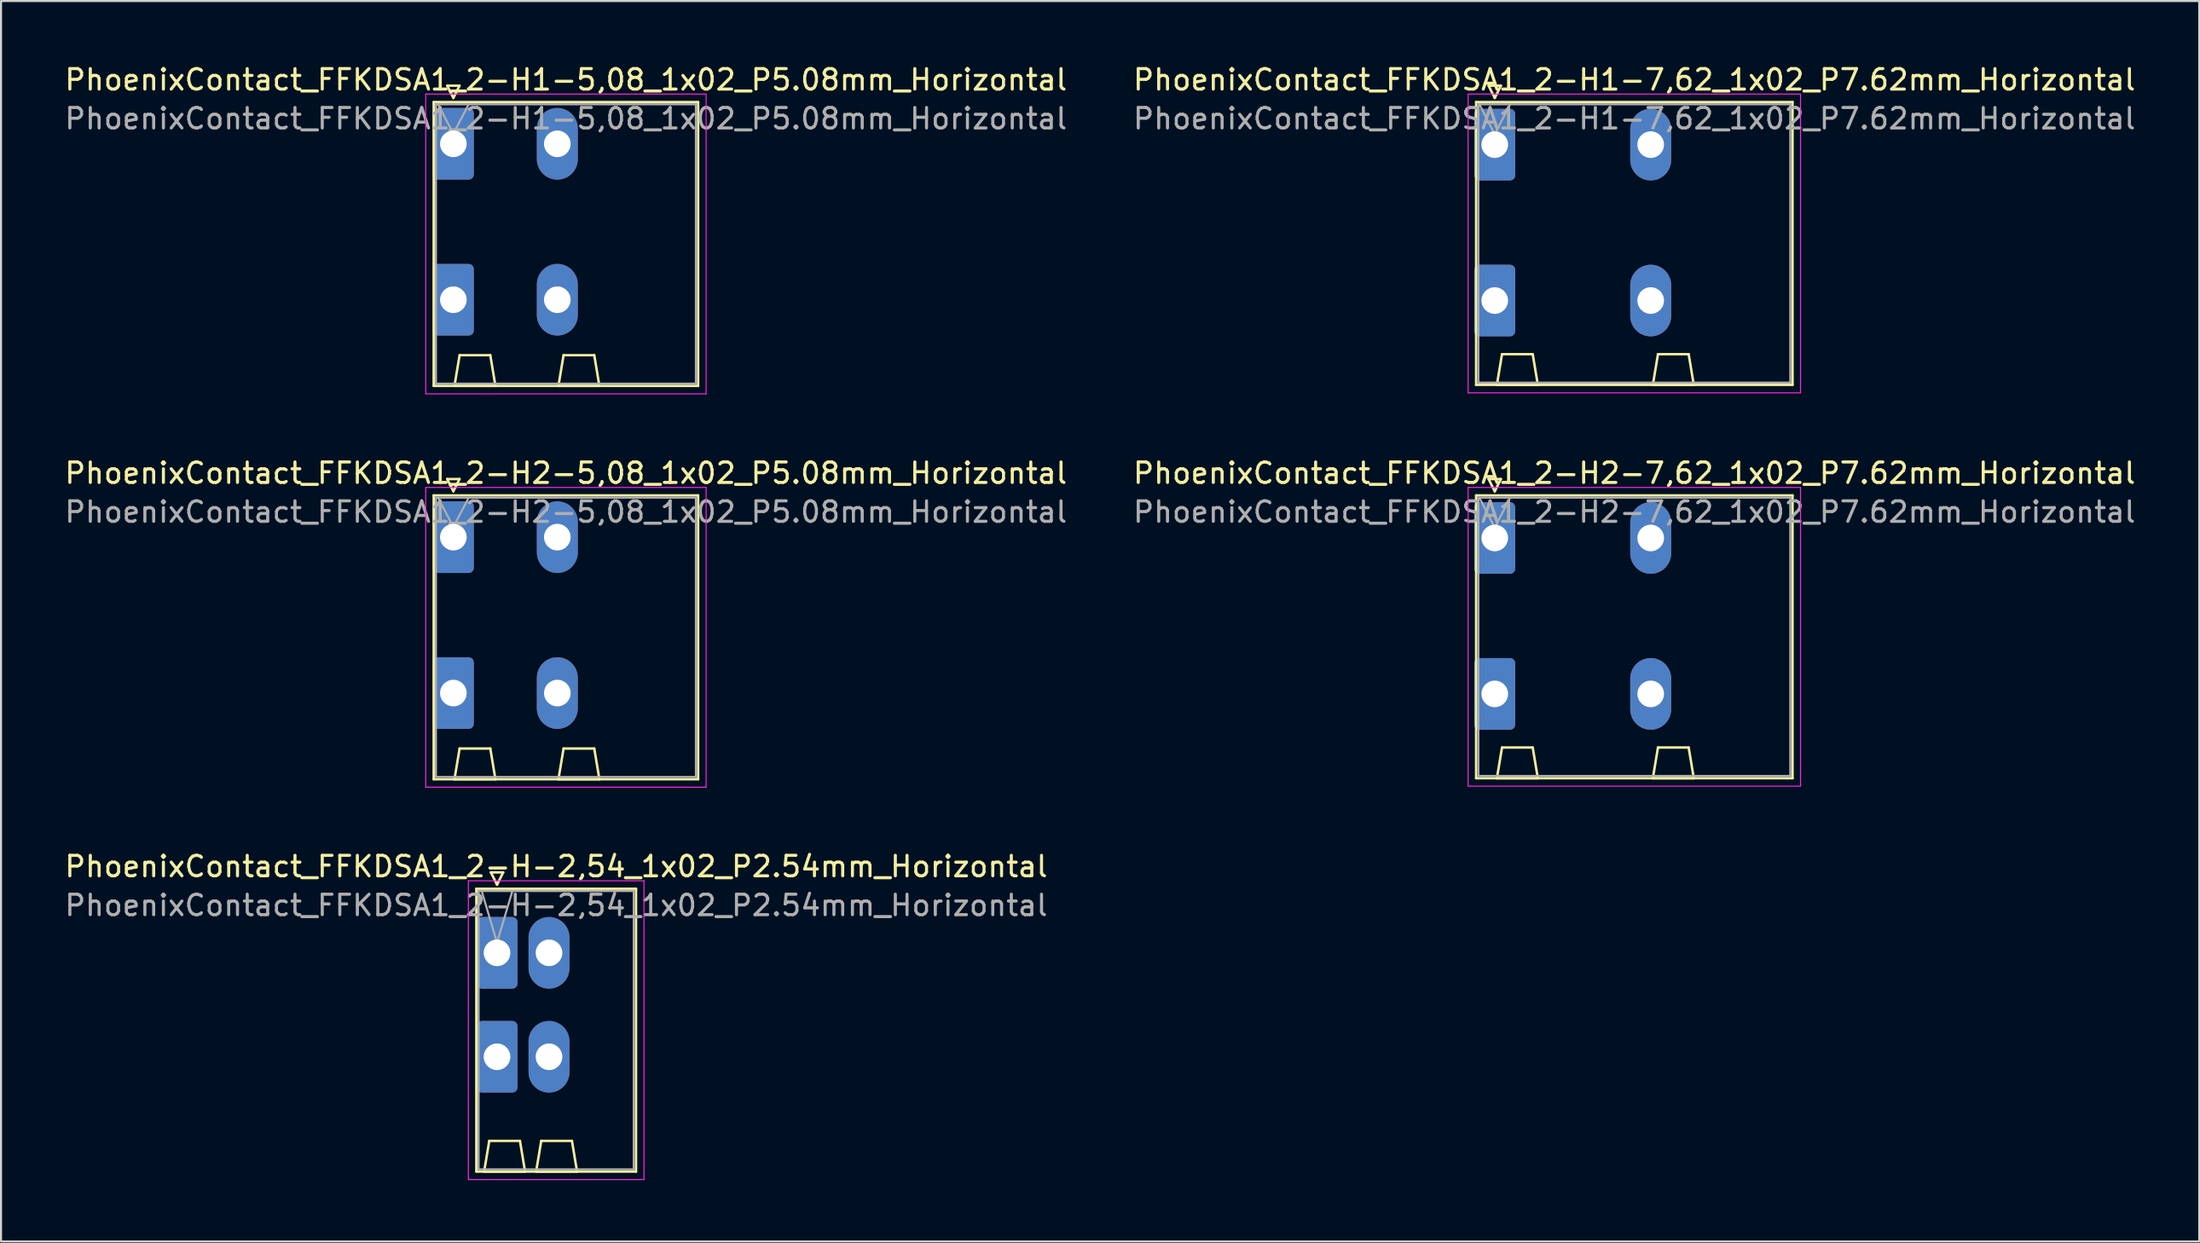
<source format=kicad_pcb>
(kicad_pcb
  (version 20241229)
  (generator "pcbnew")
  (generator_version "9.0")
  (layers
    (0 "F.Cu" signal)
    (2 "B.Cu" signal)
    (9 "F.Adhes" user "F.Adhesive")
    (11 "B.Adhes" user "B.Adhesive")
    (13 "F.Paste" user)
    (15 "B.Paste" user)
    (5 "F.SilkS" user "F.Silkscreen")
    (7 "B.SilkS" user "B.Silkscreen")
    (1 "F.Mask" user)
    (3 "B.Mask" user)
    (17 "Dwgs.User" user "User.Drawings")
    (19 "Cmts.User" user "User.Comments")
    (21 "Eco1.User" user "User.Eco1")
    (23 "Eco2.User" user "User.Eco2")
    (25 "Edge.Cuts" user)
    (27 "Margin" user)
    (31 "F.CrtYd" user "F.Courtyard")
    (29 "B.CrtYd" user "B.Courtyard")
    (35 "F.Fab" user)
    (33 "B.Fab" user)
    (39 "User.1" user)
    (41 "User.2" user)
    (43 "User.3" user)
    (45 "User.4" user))
  (footprint "PhoenixContact_FFKDSA1_2-H2-5,08_1x02_P5.08mm_Horizontal"
    (layer "F.Cu")
    (at 19.101 23.201)
    (property "Reference" "PhoenixContact_FFKDSA1_2-H2-5,08_1x02_P5.08mm_Horizontal" (at 5.5 -3.13 0) (layer "F.SilkS") (effects (font (size 1 1) (thickness 0.15))))
    (attr through_hole)
    (fp_line (start -0.96 -2.04) (end -0.96 11.83) (stroke (width 0.12) (type solid)) (layer "F.SilkS"))
    (fp_line (start -0.96 11.83) (end 11.96 11.83) (stroke (width 0.12) (type solid)) (layer "F.SilkS"))
    (fp_line (start -0.3 -2.84) (end 0.3 -2.84) (stroke (width 0.12) (type solid)) (layer "F.SilkS"))
    (fp_line (start 0 -2.24) (end -0.3 -2.84) (stroke (width 0.12) (type solid)) (layer "F.SilkS"))
    (fp_line (start 0.055 11.83) (end 2.055 11.83) (stroke (width 0.12) (type solid)) (layer "F.SilkS"))
    (fp_line (start 0.3 -2.84) (end 0 -2.24) (stroke (width 0.12) (type solid)) (layer "F.SilkS"))
    (fp_line (start 0.305 10.33) (end 0.055 11.83) (stroke (width 0.12) (type solid)) (layer "F.SilkS"))
    (fp_line (start 1.805 10.33) (end 0.305 10.33) (stroke (width 0.12) (type solid)) (layer "F.SilkS"))
    (fp_line (start 2.055 11.83) (end 1.805 10.33) (stroke (width 0.12) (type solid)) (layer "F.SilkS"))
    (fp_line (start 5.135 11.83) (end 7.135 11.83) (stroke (width 0.12) (type solid)) (layer "F.SilkS"))
    (fp_line (start 5.385 10.33) (end 5.135 11.83) (stroke (width 0.12) (type solid)) (layer "F.SilkS"))
    (fp_line (start 6.885 10.33) (end 5.385 10.33) (stroke (width 0.12) (type solid)) (layer "F.SilkS"))
    (fp_line (start 7.135 11.83) (end 6.885 10.33) (stroke (width 0.12) (type solid)) (layer "F.SilkS"))
    (fp_line (start 11.96 -2.04) (end -0.96 -2.04) (stroke (width 0.12) (type solid)) (layer "F.SilkS"))
    (fp_line (start 11.96 11.83) (end 11.96 -2.04) (stroke (width 0.12) (type solid)) (layer "F.SilkS"))
    (fp_line (start -1.35 -2.43) (end -1.35 12.22) (stroke (width 0.05) (type solid)) (layer "F.CrtYd"))
    (fp_line (start -1.35 12.22) (end 12.35 12.22) (stroke (width 0.05) (type solid)) (layer "F.CrtYd"))
    (fp_line (start 12.35 -2.43) (end -1.35 -2.43) (stroke (width 0.05) (type solid)) (layer "F.CrtYd"))
    (fp_line (start 12.35 12.22) (end 12.35 -2.43) (stroke (width 0.05) (type solid)) (layer "F.CrtYd"))
    (fp_line (start -0.85 -1.93) (end -0.85 11.72) (stroke (width 0.1) (type solid)) (layer "F.Fab"))
    (fp_line (start -0.85 11.72) (end 11.85 11.72) (stroke (width 0.1) (type solid)) (layer "F.Fab"))
    (fp_line (start 0 -0.5) (end -0.75 -1.93) (stroke (width 0.1) (type solid)) (layer "F.Fab"))
    (fp_line (start 0.75 -1.93) (end 0 -0.5) (stroke (width 0.1) (type solid)) (layer "F.Fab"))
    (fp_line (start 11.85 -1.93) (end -0.85 -1.93) (stroke (width 0.1) (type solid)) (layer "F.Fab"))
    (fp_line (start 11.85 11.72) (end 11.85 -1.93) (stroke (width 0.1) (type solid)) (layer "F.Fab"))
    (fp_text user "${REFERENCE}" (at 5.5 -1.23 0) (layer "F.Fab") (effects (font (size 1 1) (thickness 0.15))))
    (pad "1" thru_hole roundrect (at 0 0) (size 2 3.5) (drill 1.3) (layers "*.Cu" "*.Mask") (roundrect_rratio 0.125))
    (pad "1" thru_hole roundrect (at 0 7.62) (size 2 3.5) (drill 1.3) (layers "*.Cu" "*.Mask") (roundrect_rratio 0.125))
    (pad "2" thru_hole oval (at 5.08 0) (size 2 3.5) (drill 1.3) (layers "*.Cu" "*.Mask"))
    (pad "2" thru_hole oval (at 5.08 7.62) (size 2 3.5) (drill 1.3) (layers "*.Cu" "*.Mask")))
  (footprint "PhoenixContact_FFKDSA1_2-H1-7,62_1x02_P7.62mm_Horizontal"
    (layer "F.Cu")
    (at 69.984 4.018)
    (property "Reference" "PhoenixContact_FFKDSA1_2-H1-7,62_1x02_P7.62mm_Horizontal" (at 6.82 -3.17 0) (layer "F.SilkS") (effects (font (size 1 1) (thickness 0.15))))
    (attr through_hole)
    (fp_line (start -0.91 -2.08) (end -0.91 11.74) (stroke (width 0.12) (type solid)) (layer "F.SilkS"))
    (fp_line (start -0.91 11.74) (end 14.55 11.74) (stroke (width 0.12) (type solid)) (layer "F.SilkS"))
    (fp_line (start -0.3 -2.88) (end 0.3 -2.88) (stroke (width 0.12) (type solid)) (layer "F.SilkS"))
    (fp_line (start 0 -2.28) (end -0.3 -2.88) (stroke (width 0.12) (type solid)) (layer "F.SilkS"))
    (fp_line (start 0.105 11.74) (end 2.105 11.74) (stroke (width 0.12) (type solid)) (layer "F.SilkS"))
    (fp_line (start 0.3 -2.88) (end 0 -2.28) (stroke (width 0.12) (type solid)) (layer "F.SilkS"))
    (fp_line (start 0.355 10.24) (end 0.105 11.74) (stroke (width 0.12) (type solid)) (layer "F.SilkS"))
    (fp_line (start 1.855 10.24) (end 0.355 10.24) (stroke (width 0.12) (type solid)) (layer "F.SilkS"))
    (fp_line (start 2.105 11.74) (end 1.855 10.24) (stroke (width 0.12) (type solid)) (layer "F.SilkS"))
    (fp_line (start 7.725 11.74) (end 9.725 11.74) (stroke (width 0.12) (type solid)) (layer "F.SilkS"))
    (fp_line (start 7.975 10.24) (end 7.725 11.74) (stroke (width 0.12) (type solid)) (layer "F.SilkS"))
    (fp_line (start 9.475 10.24) (end 7.975 10.24) (stroke (width 0.12) (type solid)) (layer "F.SilkS"))
    (fp_line (start 9.725 11.74) (end 9.475 10.24) (stroke (width 0.12) (type solid)) (layer "F.SilkS"))
    (fp_line (start 14.55 -2.08) (end -0.91 -2.08) (stroke (width 0.12) (type solid)) (layer "F.SilkS"))
    (fp_line (start 14.55 11.74) (end 14.55 -2.08) (stroke (width 0.12) (type solid)) (layer "F.SilkS"))
    (fp_line (start -1.3 -2.47) (end -1.3 12.13) (stroke (width 0.05) (type solid)) (layer "F.CrtYd"))
    (fp_line (start -1.3 12.13) (end 14.94 12.13) (stroke (width 0.05) (type solid)) (layer "F.CrtYd"))
    (fp_line (start 14.94 -2.47) (end -1.3 -2.47) (stroke (width 0.05) (type solid)) (layer "F.CrtYd"))
    (fp_line (start 14.94 12.13) (end 14.94 -2.47) (stroke (width 0.05) (type solid)) (layer "F.CrtYd"))
    (fp_line (start -0.8 -1.97) (end -0.8 11.63) (stroke (width 0.1) (type solid)) (layer "F.Fab"))
    (fp_line (start -0.8 11.63) (end 14.44 11.63) (stroke (width 0.1) (type solid)) (layer "F.Fab"))
    (fp_line (start 0 -0.5) (end -0.75 -1.97) (stroke (width 0.1) (type solid)) (layer "F.Fab"))
    (fp_line (start 0.75 -1.97) (end 0 -0.5) (stroke (width 0.1) (type solid)) (layer "F.Fab"))
    (fp_line (start 14.44 -1.97) (end -0.8 -1.97) (stroke (width 0.1) (type solid)) (layer "F.Fab"))
    (fp_line (start 14.44 11.63) (end 14.44 -1.97) (stroke (width 0.1) (type solid)) (layer "F.Fab"))
    (fp_text user "${REFERENCE}" (at 6.82 -1.27 0) (layer "F.Fab") (effects (font (size 1 1) (thickness 0.15))))
    (pad "1" thru_hole roundrect (at 0 0) (size 2 3.5) (drill 1.3) (layers "*.Cu" "*.Mask") (roundrect_rratio 0.125))
    (pad "1" thru_hole roundrect (at 0 7.62) (size 2 3.5) (drill 1.3) (layers "*.Cu" "*.Mask") (roundrect_rratio 0.125))
    (pad "2" thru_hole oval (at 7.62 0) (size 2 3.5) (drill 1.3) (layers "*.Cu" "*.Mask"))
    (pad "2" thru_hole oval (at 7.62 7.62) (size 2 3.5) (drill 1.3) (layers "*.Cu" "*.Mask")))
  (footprint "PhoenixContact_FFKDSA1_2-H-2,54_1x02_P2.54mm_Horizontal"
    (layer "F.Cu")
    (at 21.235 43.515)
    (property "Reference" "PhoenixContact_FFKDSA1_2-H-2,54_1x02_P2.54mm_Horizontal" (at 2.89 -4.22 0) (layer "F.SilkS") (effects (font (size 1 1) (thickness 0.15))))
    (attr through_hole)
    (fp_line (start -1.01 -3.13) (end -1.01 10.69) (stroke (width 0.12) (type solid)) (layer "F.SilkS"))
    (fp_line (start -1.01 10.69) (end 6.79 10.69) (stroke (width 0.12) (type solid)) (layer "F.SilkS"))
    (fp_line (start -0.63 10.69) (end 1.37 10.69) (stroke (width 0.12) (type solid)) (layer "F.SilkS"))
    (fp_line (start -0.38 9.19) (end -0.63 10.69) (stroke (width 0.12) (type solid)) (layer "F.SilkS"))
    (fp_line (start -0.3 -3.93) (end 0.3 -3.93) (stroke (width 0.12) (type solid)) (layer "F.SilkS"))
    (fp_line (start 0 -3.33) (end -0.3 -3.93) (stroke (width 0.12) (type solid)) (layer "F.SilkS"))
    (fp_line (start 0.3 -3.93) (end 0 -3.33) (stroke (width 0.12) (type solid)) (layer "F.SilkS"))
    (fp_line (start 1.12 9.19) (end -0.38 9.19) (stroke (width 0.12) (type solid)) (layer "F.SilkS"))
    (fp_line (start 1.37 10.69) (end 1.12 9.19) (stroke (width 0.12) (type solid)) (layer "F.SilkS"))
    (fp_line (start 1.91 10.69) (end 3.91 10.69) (stroke (width 0.12) (type solid)) (layer "F.SilkS"))
    (fp_line (start 2.16 9.19) (end 1.91 10.69) (stroke (width 0.12) (type solid)) (layer "F.SilkS"))
    (fp_line (start 3.66 9.19) (end 2.16 9.19) (stroke (width 0.12) (type solid)) (layer "F.SilkS"))
    (fp_line (start 3.91 10.69) (end 3.66 9.19) (stroke (width 0.12) (type solid)) (layer "F.SilkS"))
    (fp_line (start 6.79 -3.13) (end -1.01 -3.13) (stroke (width 0.12) (type solid)) (layer "F.SilkS"))
    (fp_line (start 6.79 10.69) (end 6.79 -3.13) (stroke (width 0.12) (type solid)) (layer "F.SilkS"))
    (fp_line (start -1.4 -3.52) (end -1.4 11.08) (stroke (width 0.05) (type solid)) (layer "F.CrtYd"))
    (fp_line (start -1.4 11.08) (end 7.18 11.08) (stroke (width 0.05) (type solid)) (layer "F.CrtYd"))
    (fp_line (start 7.18 -3.52) (end -1.4 -3.52) (stroke (width 0.05) (type solid)) (layer "F.CrtYd"))
    (fp_line (start 7.18 11.08) (end 7.18 -3.52) (stroke (width 0.05) (type solid)) (layer "F.CrtYd"))
    (fp_line (start -0.9 -3.02) (end -0.9 10.58) (stroke (width 0.1) (type solid)) (layer "F.Fab"))
    (fp_line (start -0.9 10.58) (end 6.68 10.58) (stroke (width 0.1) (type solid)) (layer "F.Fab"))
    (fp_line (start 0 -0.5) (end -0.75 -3.02) (stroke (width 0.1) (type solid)) (layer "F.Fab"))
    (fp_line (start 0.75 -3.02) (end 0 -0.5) (stroke (width 0.1) (type solid)) (layer "F.Fab"))
    (fp_line (start 6.68 -3.02) (end -0.9 -3.02) (stroke (width 0.1) (type solid)) (layer "F.Fab"))
    (fp_line (start 6.68 10.58) (end 6.68 -3.02) (stroke (width 0.1) (type solid)) (layer "F.Fab"))
    (fp_text user "${REFERENCE}" (at 2.89 -2.32 0) (layer "F.Fab") (effects (font (size 1 1) (thickness 0.15))))
    (pad "1" thru_hole roundrect (at 0 0) (size 2 3.5) (drill 1.3) (layers "*.Cu" "*.Mask") (roundrect_rratio 0.125))
    (pad "1" thru_hole roundrect (at 0 5.08) (size 2 3.5) (drill 1.3) (layers "*.Cu" "*.Mask") (roundrect_rratio 0.125))
    (pad "2" thru_hole oval (at 2.54 0) (size 2 3.5) (drill 1.3) (layers "*.Cu" "*.Mask"))
    (pad "2" thru_hole oval (at 2.54 5.08) (size 2 3.5) (drill 1.3) (layers "*.Cu" "*.Mask")))
  (footprint "PhoenixContact_FFKDSA1_2-H2-7,62_1x02_P7.62mm_Horizontal"
    (layer "F.Cu")
    (at 69.984 23.241)
    (property "Reference" "PhoenixContact_FFKDSA1_2-H2-7,62_1x02_P7.62mm_Horizontal" (at 6.82 -3.17 0) (layer "F.SilkS") (effects (font (size 1 1) (thickness 0.15))))
    (attr through_hole)
    (fp_line (start -0.91 -2.08) (end -0.91 11.74) (stroke (width 0.12) (type solid)) (layer "F.SilkS"))
    (fp_line (start -0.91 11.74) (end 14.55 11.74) (stroke (width 0.12) (type solid)) (layer "F.SilkS"))
    (fp_line (start -0.3 -2.88) (end 0.3 -2.88) (stroke (width 0.12) (type solid)) (layer "F.SilkS"))
    (fp_line (start 0 -2.28) (end -0.3 -2.88) (stroke (width 0.12) (type solid)) (layer "F.SilkS"))
    (fp_line (start 0.105 11.74) (end 2.105 11.74) (stroke (width 0.12) (type solid)) (layer "F.SilkS"))
    (fp_line (start 0.3 -2.88) (end 0 -2.28) (stroke (width 0.12) (type solid)) (layer "F.SilkS"))
    (fp_line (start 0.355 10.24) (end 0.105 11.74) (stroke (width 0.12) (type solid)) (layer "F.SilkS"))
    (fp_line (start 1.855 10.24) (end 0.355 10.24) (stroke (width 0.12) (type solid)) (layer "F.SilkS"))
    (fp_line (start 2.105 11.74) (end 1.855 10.24) (stroke (width 0.12) (type solid)) (layer "F.SilkS"))
    (fp_line (start 7.725 11.74) (end 9.725 11.74) (stroke (width 0.12) (type solid)) (layer "F.SilkS"))
    (fp_line (start 7.975 10.24) (end 7.725 11.74) (stroke (width 0.12) (type solid)) (layer "F.SilkS"))
    (fp_line (start 9.475 10.24) (end 7.975 10.24) (stroke (width 0.12) (type solid)) (layer "F.SilkS"))
    (fp_line (start 9.725 11.74) (end 9.475 10.24) (stroke (width 0.12) (type solid)) (layer "F.SilkS"))
    (fp_line (start 14.55 -2.08) (end -0.91 -2.08) (stroke (width 0.12) (type solid)) (layer "F.SilkS"))
    (fp_line (start 14.55 11.74) (end 14.55 -2.08) (stroke (width 0.12) (type solid)) (layer "F.SilkS"))
    (fp_line (start -1.3 -2.47) (end -1.3 12.13) (stroke (width 0.05) (type solid)) (layer "F.CrtYd"))
    (fp_line (start -1.3 12.13) (end 14.94 12.13) (stroke (width 0.05) (type solid)) (layer "F.CrtYd"))
    (fp_line (start 14.94 -2.47) (end -1.3 -2.47) (stroke (width 0.05) (type solid)) (layer "F.CrtYd"))
    (fp_line (start 14.94 12.13) (end 14.94 -2.47) (stroke (width 0.05) (type solid)) (layer "F.CrtYd"))
    (fp_line (start -0.8 -1.97) (end -0.8 11.63) (stroke (width 0.1) (type solid)) (layer "F.Fab"))
    (fp_line (start -0.8 11.63) (end 14.44 11.63) (stroke (width 0.1) (type solid)) (layer "F.Fab"))
    (fp_line (start 0 -0.5) (end -0.75 -1.97) (stroke (width 0.1) (type solid)) (layer "F.Fab"))
    (fp_line (start 0.75 -1.97) (end 0 -0.5) (stroke (width 0.1) (type solid)) (layer "F.Fab"))
    (fp_line (start 14.44 -1.97) (end -0.8 -1.97) (stroke (width 0.1) (type solid)) (layer "F.Fab"))
    (fp_line (start 14.44 11.63) (end 14.44 -1.97) (stroke (width 0.1) (type solid)) (layer "F.Fab"))
    (fp_text user "${REFERENCE}" (at 6.82 -1.27 0) (layer "F.Fab") (effects (font (size 1 1) (thickness 0.15))))
    (pad "1" thru_hole roundrect (at 0 0) (size 2 3.5) (drill 1.3) (layers "*.Cu" "*.Mask") (roundrect_rratio 0.125))
    (pad "1" thru_hole roundrect (at 0 7.62) (size 2 3.5) (drill 1.3) (layers "*.Cu" "*.Mask") (roundrect_rratio 0.125))
    (pad "2" thru_hole oval (at 7.62 0) (size 2 3.5) (drill 1.3) (layers "*.Cu" "*.Mask"))
    (pad "2" thru_hole oval (at 7.62 7.62) (size 2 3.5) (drill 1.3) (layers "*.Cu" "*.Mask")))
  (footprint "PhoenixContact_FFKDSA1_2-H1-5,08_1x02_P5.08mm_Horizontal"
    (layer "F.Cu")
    (at 19.101 3.978)
    (property "Reference" "PhoenixContact_FFKDSA1_2-H1-5,08_1x02_P5.08mm_Horizontal" (at 5.5 -3.13 0) (layer "F.SilkS") (effects (font (size 1 1) (thickness 0.15))))
    (attr through_hole)
    (fp_line (start -0.96 -2.04) (end -0.96 11.83) (stroke (width 0.12) (type solid)) (layer "F.SilkS"))
    (fp_line (start -0.96 11.83) (end 11.96 11.83) (stroke (width 0.12) (type solid)) (layer "F.SilkS"))
    (fp_line (start -0.3 -2.84) (end 0.3 -2.84) (stroke (width 0.12) (type solid)) (layer "F.SilkS"))
    (fp_line (start 0 -2.24) (end -0.3 -2.84) (stroke (width 0.12) (type solid)) (layer "F.SilkS"))
    (fp_line (start 0.055 11.83) (end 2.055 11.83) (stroke (width 0.12) (type solid)) (layer "F.SilkS"))
    (fp_line (start 0.3 -2.84) (end 0 -2.24) (stroke (width 0.12) (type solid)) (layer "F.SilkS"))
    (fp_line (start 0.305 10.33) (end 0.055 11.83) (stroke (width 0.12) (type solid)) (layer "F.SilkS"))
    (fp_line (start 1.805 10.33) (end 0.305 10.33) (stroke (width 0.12) (type solid)) (layer "F.SilkS"))
    (fp_line (start 2.055 11.83) (end 1.805 10.33) (stroke (width 0.12) (type solid)) (layer "F.SilkS"))
    (fp_line (start 5.135 11.83) (end 7.135 11.83) (stroke (width 0.12) (type solid)) (layer "F.SilkS"))
    (fp_line (start 5.385 10.33) (end 5.135 11.83) (stroke (width 0.12) (type solid)) (layer "F.SilkS"))
    (fp_line (start 6.885 10.33) (end 5.385 10.33) (stroke (width 0.12) (type solid)) (layer "F.SilkS"))
    (fp_line (start 7.135 11.83) (end 6.885 10.33) (stroke (width 0.12) (type solid)) (layer "F.SilkS"))
    (fp_line (start 11.96 -2.04) (end -0.96 -2.04) (stroke (width 0.12) (type solid)) (layer "F.SilkS"))
    (fp_line (start 11.96 11.83) (end 11.96 -2.04) (stroke (width 0.12) (type solid)) (layer "F.SilkS"))
    (fp_line (start -1.35 -2.43) (end -1.35 12.22) (stroke (width 0.05) (type solid)) (layer "F.CrtYd"))
    (fp_line (start -1.35 12.22) (end 12.35 12.22) (stroke (width 0.05) (type solid)) (layer "F.CrtYd"))
    (fp_line (start 12.35 -2.43) (end -1.35 -2.43) (stroke (width 0.05) (type solid)) (layer "F.CrtYd"))
    (fp_line (start 12.35 12.22) (end 12.35 -2.43) (stroke (width 0.05) (type solid)) (layer "F.CrtYd"))
    (fp_line (start -0.85 -1.93) (end -0.85 11.72) (stroke (width 0.1) (type solid)) (layer "F.Fab"))
    (fp_line (start -0.85 11.72) (end 11.85 11.72) (stroke (width 0.1) (type solid)) (layer "F.Fab"))
    (fp_line (start 0 -0.5) (end -0.75 -1.93) (stroke (width 0.1) (type solid)) (layer "F.Fab"))
    (fp_line (start 0.75 -1.93) (end 0 -0.5) (stroke (width 0.1) (type solid)) (layer "F.Fab"))
    (fp_line (start 11.85 -1.93) (end -0.85 -1.93) (stroke (width 0.1) (type solid)) (layer "F.Fab"))
    (fp_line (start 11.85 11.72) (end 11.85 -1.93) (stroke (width 0.1) (type solid)) (layer "F.Fab"))
    (fp_text user "${REFERENCE}" (at 5.5 -1.23 0) (layer "F.Fab") (effects (font (size 1 1) (thickness 0.15))))
    (pad "1" thru_hole roundrect (at 0 0) (size 2 3.5) (drill 1.3) (layers "*.Cu" "*.Mask") (roundrect_rratio 0.125))
    (pad "1" thru_hole roundrect (at 0 7.62) (size 2 3.5) (drill 1.3) (layers "*.Cu" "*.Mask") (roundrect_rratio 0.125))
    (pad "2" thru_hole oval (at 5.08 0) (size 2 3.5) (drill 1.3) (layers "*.Cu" "*.Mask"))
    (pad "2" thru_hole oval (at 5.08 7.62) (size 2 3.5) (drill 1.3) (layers "*.Cu" "*.Mask")))
  (gr_rect
    (start -3 -3)
    (end 104.405 57.62)
    (stroke (width 0.1) (type default))
    (fill no)
    (layer "Edge.Cuts")))
</source>
